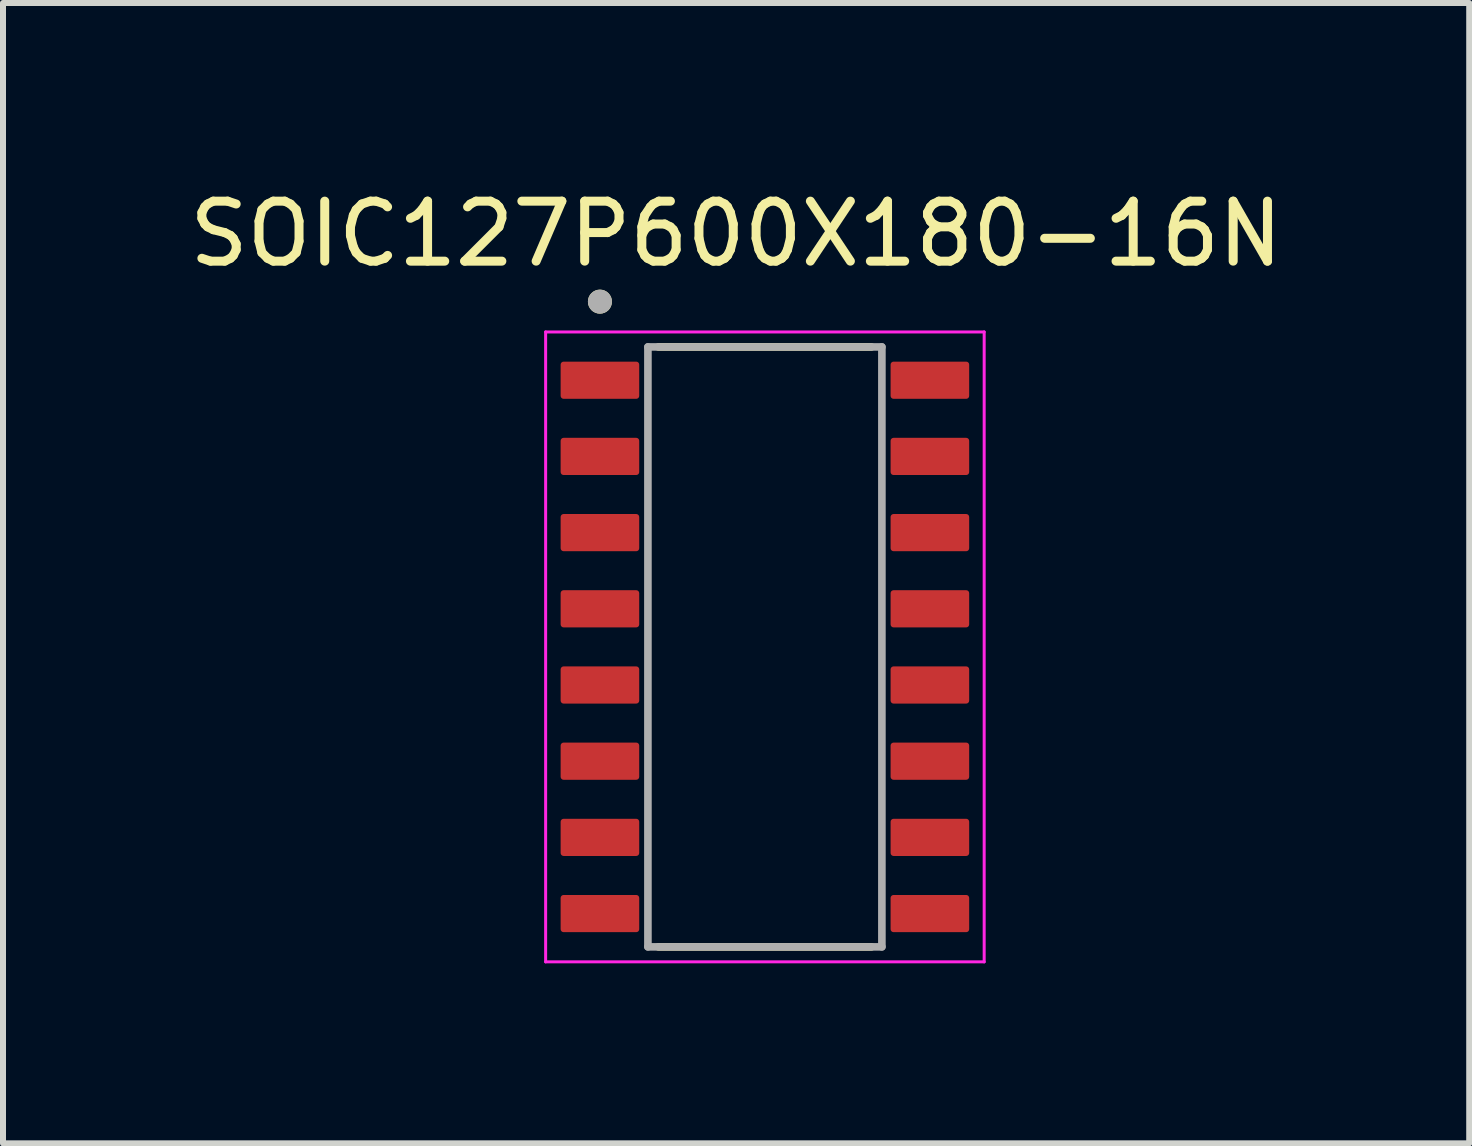
<source format=kicad_pcb>
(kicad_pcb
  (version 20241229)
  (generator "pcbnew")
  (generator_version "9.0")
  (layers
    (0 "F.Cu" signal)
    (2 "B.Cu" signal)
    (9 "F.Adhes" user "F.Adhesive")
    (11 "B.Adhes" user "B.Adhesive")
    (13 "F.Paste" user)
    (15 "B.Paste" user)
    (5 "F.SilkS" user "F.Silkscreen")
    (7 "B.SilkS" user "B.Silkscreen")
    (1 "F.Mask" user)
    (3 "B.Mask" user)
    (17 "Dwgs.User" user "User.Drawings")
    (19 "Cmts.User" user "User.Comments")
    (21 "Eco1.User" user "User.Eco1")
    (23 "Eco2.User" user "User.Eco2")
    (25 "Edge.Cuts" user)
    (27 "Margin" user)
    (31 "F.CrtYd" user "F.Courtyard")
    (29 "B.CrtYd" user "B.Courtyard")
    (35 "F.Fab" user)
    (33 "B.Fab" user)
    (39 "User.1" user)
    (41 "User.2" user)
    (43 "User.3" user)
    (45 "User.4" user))
  (footprint "SOIC127P600X180-16N"
    (layer "F.Cu")
    (at 9.7 7.733)
    (property "Reference" "SOIC127P600X180-16N" (at -0.48 -6.885 0) (layer "F.SilkS") (effects (font (size 1 1) (thickness 0.15))))
    (attr smd)
    (fp_line (start -1.775 -5) (end 1.775 -5) (stroke (width 0.127) (type solid)) (layer "F.SilkS"))
    (fp_line (start -1.775 5) (end 1.775 5) (stroke (width 0.127) (type solid)) (layer "F.SilkS"))
    (fp_circle (center -2.75 -5.755) (end -2.65 -5.755) (stroke (width 0.2) (type solid)) (fill no) (layer "F.SilkS"))
    (fp_line (start -3.655 -5.25) (end -3.655 5.25) (stroke (width 0.05) (type solid)) (layer "F.CrtYd"))
    (fp_line (start -3.655 5.25) (end 3.655 5.25) (stroke (width 0.05) (type solid)) (layer "F.CrtYd"))
    (fp_line (start 3.655 -5.25) (end -3.655 -5.25) (stroke (width 0.05) (type solid)) (layer "F.CrtYd"))
    (fp_line (start 3.655 5.25) (end 3.655 -5.25) (stroke (width 0.05) (type solid)) (layer "F.CrtYd"))
    (fp_line (start -1.95 -5) (end 1.95 -5) (stroke (width 0.127) (type solid)) (layer "F.Fab"))
    (fp_line (start -1.95 5) (end -1.95 -5) (stroke (width 0.127) (type solid)) (layer "F.Fab"))
    (fp_line (start 1.95 -5) (end 1.95 5) (stroke (width 0.127) (type solid)) (layer "F.Fab"))
    (fp_line (start 1.95 5) (end -1.95 5) (stroke (width 0.127) (type solid)) (layer "F.Fab"))
    (fp_circle (center -2.75 -5.755) (end -2.65 -5.755) (stroke (width 0.2) (type solid)) (fill no) (layer "F.Fab"))
    (pad "1" smd roundrect (at -2.75 -4.445) (size 1.31 0.62) (layers "F.Cu" "F.Mask" "F.Paste") (roundrect_rratio 0.08))
    (pad "2" smd roundrect (at -2.75 -3.175) (size 1.31 0.62) (layers "F.Cu" "F.Mask" "F.Paste") (roundrect_rratio 0.08))
    (pad "3" smd roundrect (at -2.75 -1.905) (size 1.31 0.62) (layers "F.Cu" "F.Mask" "F.Paste") (roundrect_rratio 0.08))
    (pad "4" smd roundrect (at -2.75 -0.635) (size 1.31 0.62) (layers "F.Cu" "F.Mask" "F.Paste") (roundrect_rratio 0.08))
    (pad "5" smd roundrect (at -2.75 0.635) (size 1.31 0.62) (layers "F.Cu" "F.Mask" "F.Paste") (roundrect_rratio 0.08))
    (pad "6" smd roundrect (at -2.75 1.905) (size 1.31 0.62) (layers "F.Cu" "F.Mask" "F.Paste") (roundrect_rratio 0.08))
    (pad "7" smd roundrect (at -2.75 3.175) (size 1.31 0.62) (layers "F.Cu" "F.Mask" "F.Paste") (roundrect_rratio 0.08))
    (pad "8" smd roundrect (at -2.75 4.445) (size 1.31 0.62) (layers "F.Cu" "F.Mask" "F.Paste") (roundrect_rratio 0.08))
    (pad "9" smd roundrect (at 2.75 4.445) (size 1.31 0.62) (layers "F.Cu" "F.Mask" "F.Paste") (roundrect_rratio 0.08))
    (pad "10" smd roundrect (at 2.75 3.175) (size 1.31 0.62) (layers "F.Cu" "F.Mask" "F.Paste") (roundrect_rratio 0.08))
    (pad "11" smd roundrect (at 2.75 1.905) (size 1.31 0.62) (layers "F.Cu" "F.Mask" "F.Paste") (roundrect_rratio 0.08))
    (pad "12" smd roundrect (at 2.75 0.635) (size 1.31 0.62) (layers "F.Cu" "F.Mask" "F.Paste") (roundrect_rratio 0.08))
    (pad "13" smd roundrect (at 2.75 -0.635) (size 1.31 0.62) (layers "F.Cu" "F.Mask" "F.Paste") (roundrect_rratio 0.08))
    (pad "14" smd roundrect (at 2.75 -1.905) (size 1.31 0.62) (layers "F.Cu" "F.Mask" "F.Paste") (roundrect_rratio 0.08))
    (pad "15" smd roundrect (at 2.75 -3.175) (size 1.31 0.62) (layers "F.Cu" "F.Mask" "F.Paste") (roundrect_rratio 0.08))
    (pad "16" smd roundrect (at 2.75 -4.445) (size 1.31 0.62) (layers "F.Cu" "F.Mask" "F.Paste") (roundrect_rratio 0.08)))
  (gr_rect
    (start -3 -3)
    (end 21.44 16.008)
    (stroke (width 0.1) (type default))
    (fill no)
    (layer "Edge.Cuts")))
</source>
